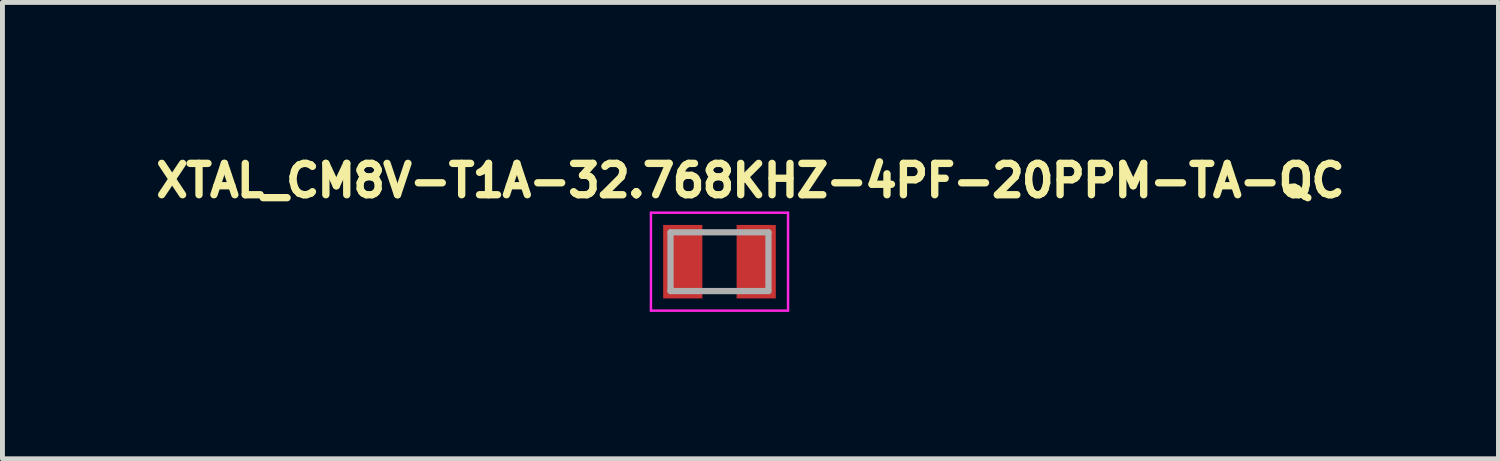
<source format=kicad_pcb>
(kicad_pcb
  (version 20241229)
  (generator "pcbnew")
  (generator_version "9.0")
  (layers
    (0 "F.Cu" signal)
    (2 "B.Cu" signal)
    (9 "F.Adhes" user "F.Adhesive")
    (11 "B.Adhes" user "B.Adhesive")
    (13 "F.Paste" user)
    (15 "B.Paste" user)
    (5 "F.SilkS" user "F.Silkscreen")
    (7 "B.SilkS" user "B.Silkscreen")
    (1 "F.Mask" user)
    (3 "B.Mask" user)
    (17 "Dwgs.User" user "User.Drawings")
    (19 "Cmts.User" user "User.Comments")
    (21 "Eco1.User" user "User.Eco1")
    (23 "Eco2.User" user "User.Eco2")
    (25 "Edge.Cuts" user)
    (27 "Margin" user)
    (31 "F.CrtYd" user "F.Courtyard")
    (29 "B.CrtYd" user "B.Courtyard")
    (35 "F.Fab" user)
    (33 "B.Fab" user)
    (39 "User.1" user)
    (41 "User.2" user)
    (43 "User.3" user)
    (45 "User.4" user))
  (footprint "XTAL_CM8V-T1A-32.768KHZ-4PF-20PPM-TA-QC"
    (layer "F.Cu")
    (at 11.643 2.294)
    (property "Reference" "XTAL_CM8V-T1A-32.768KHZ-4PF-20PPM-TA-QC" (at 0.632 -1.656 0) (layer "F.SilkS") (effects (font (size 0.64 0.64) (thickness 0.15))))
    (attr smd)
    (fp_line (start -1.4 -1) (end -1.4 1) (stroke (width 0.05) (type solid)) (layer "F.CrtYd"))
    (fp_line (start -1.4 1) (end 1.4 1) (stroke (width 0.05) (type solid)) (layer "F.CrtYd"))
    (fp_line (start 1.4 -1) (end -1.4 -1) (stroke (width 0.05) (type solid)) (layer "F.CrtYd"))
    (fp_line (start 1.4 1) (end 1.4 -1) (stroke (width 0.05) (type solid)) (layer "F.CrtYd"))
    (fp_line (start -1 -0.6) (end -1 0.6) (stroke (width 0.127) (type solid)) (layer "F.Fab"))
    (fp_line (start -1 -0.6) (end 1 -0.6) (stroke (width 0.127) (type solid)) (layer "F.Fab"))
    (fp_line (start -1 0.6) (end 1 0.6) (stroke (width 0.127) (type solid)) (layer "F.Fab"))
    (fp_line (start 1 -0.6) (end 1 0.6) (stroke (width 0.127) (type solid)) (layer "F.Fab"))
    (pad "1" smd rect (at -0.75 0) (size 0.8 1.5) (layers "F.Cu" "F.Mask" "F.Paste"))
    (pad "2" smd rect (at 0.75 0) (size 0.8 1.5) (layers "F.Cu" "F.Mask" "F.Paste")))
  (gr_rect
    (start -3 -3)
    (end 27.551 6.319)
    (stroke (width 0.1) (type default))
    (fill no)
    (layer "Edge.Cuts")))
</source>
